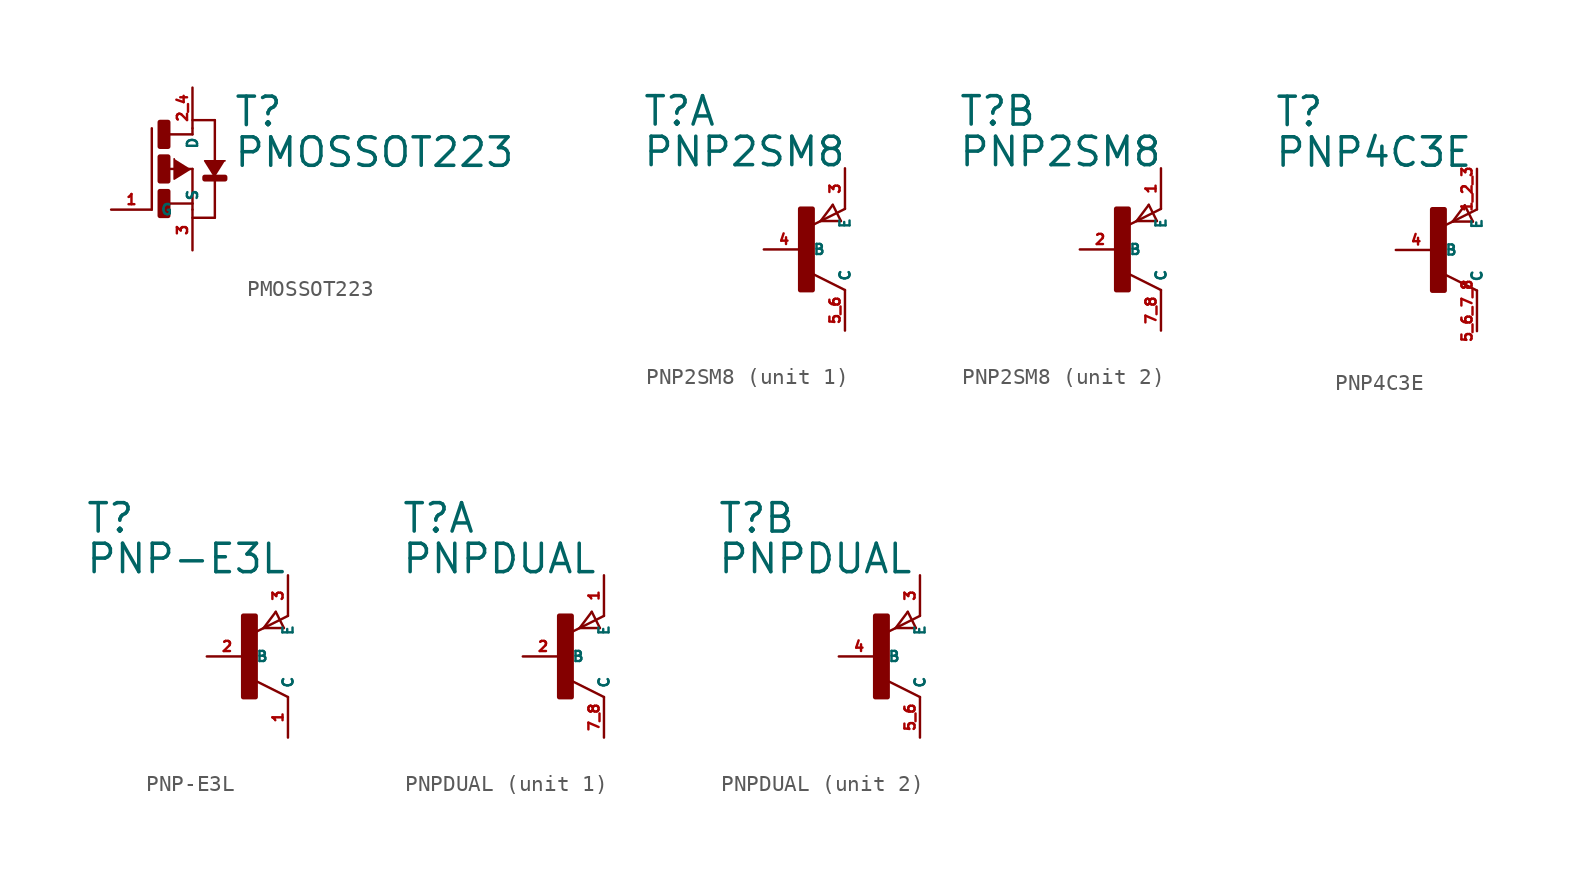
<source format=kicad_sym>
(kicad_symbol_lib
  (version 20220914)
  (generator Eagle2Kicad)
  (symbol "PMOSSOT223"
    (property "Reference" "T"
      (at 2.54 2.54 0)
      (effects (font (size 1.778 1.778) (thickness 0.22)) (justify left bottom)))
    (property "Value" "PMOSSOT223"
      (at 2.54 0 0)
      (effects (font (size 1.778 1.778) (thickness 0.22)) (justify left bottom)))
    (polyline
      (pts (xy -0.127 0) (xy -1.143 -0.635) (xy -1.143 0.635))
      (stroke (width 0.102) (type default))
      (fill (type outline)))
    (polyline
      (pts (xy 1.397 -0.508) (xy 0.762 0.508) (xy 2.032 0.508))
      (stroke (width 0.102) (type default))
      (fill (type outline)))
    (polyline
      (pts (xy -1.651 0) (xy 0 0))
      (stroke (width 0.152) (type default))
      (fill (type none)))
    (polyline
      (pts (xy -1.524 -2.159) (xy 0 -2.159))
      (stroke (width 0.152) (type default))
      (fill (type none)))
    (polyline
      (pts (xy -2.54 -2.54) (xy -2.54 2.54))
      (stroke (width 0.152) (type default))
      (fill (type none)))
    (polyline
      (pts (xy 0 0) (xy 0 -2.159))
      (stroke (width 0.152) (type default))
      (fill (type none)))
    (polyline
      (pts (xy 1.397 -0.508) (xy 1.397 -3.048))
      (stroke (width 0.152) (type default))
      (fill (type none)))
    (polyline
      (pts (xy 1.397 -3.048) (xy 0 -3.048))
      (stroke (width 0.152) (type default))
      (fill (type none)))
    (polyline
      (pts (xy -1.524 2.159) (xy 0 2.159))
      (stroke (width 0.152) (type default))
      (fill (type none)))
    (polyline
      (pts (xy 0 2.159) (xy 0 2.54))
      (stroke (width 0.152) (type default))
      (fill (type none)))
    (polyline
      (pts (xy 0 3.048) (xy 1.397 3.048))
      (stroke (width 0.152) (type default))
      (fill (type none)))
    (polyline
      (pts (xy 1.397 3.048) (xy 1.397 0.381))
      (stroke (width 0.152) (type default))
      (fill (type none)))
    (polyline
      (pts (xy 0 -2.159) (xy 0 -2.54))
      (stroke (width 0.152) (type default))
      (fill (type none)))
    (rectangle
      (start -2.032 1.397)
      (end -1.524 2.921)
      (stroke (width 0.3) (type default))
      (fill (type outline)))
    (rectangle
      (start -2.032 -0.762)
      (end -1.524 0.762)
      (stroke (width 0.3) (type default))
      (fill (type outline)))
    (rectangle
      (start -2.032 -2.921)
      (end -1.524 -1.397)
      (stroke (width 0.3) (type default))
      (fill (type outline)))
    (rectangle
      (start 0.762 -0.635)
      (end 2.032 -0.508)
      (stroke (width 0.3) (type default))
      (fill (type outline)))
    (pin passive line
      (at 0 5.08 270)
      (length 2.54)
      (name "D" (effects (font (size 0.635 0.635) (thickness 0.08)) (justify left bottom)))
      (number "2 4" (effects (font (size 0.635 0.635) (thickness 0.08)) (justify left bottom))))
    (pin passive line
      (at 0 -5.08 90)
      (length 2.54)
      (name "S" (effects (font (size 0.635 0.635) (thickness 0.08)) (justify left bottom)))
      (number "3" (effects (font (size 0.635 0.635) (thickness 0.08)) (justify left bottom))))
    (pin passive line
      (at -5.08 -2.54 0)
      (length 2.54)
      (name "G" (effects (font (size 0.635 0.635) (thickness 0.08)) (justify left bottom)))
      (number "1" (effects (font (size 0.635 0.635) (thickness 0.08)) (justify left bottom)))))
  (symbol "PNP2SM8"
    (property "Reference" "T"
      (at -10.16 7.62 0)
      (effects (font (size 1.778 1.778) (thickness 0.22)) (justify left bottom)))
    (property "Value" "PNP2SM8"
      (at -10.16 5.08 0)
      (effects (font (size 1.778 1.778) (thickness 0.22)) (justify left bottom)))
    (symbol "PNP2SM8_1_0"
      (polyline (pts (xy 2.286 1.778) (xy 1.778 2.794)) (stroke (width 0.152) (type default)) (fill (type none)))
      (polyline (pts (xy 1.778 2.794) (xy 1.016 1.778)) (stroke (width 0.152) (type default)) (fill (type none)))
      (polyline (pts (xy 1.016 1.778) (xy 2.286 1.778)) (stroke (width 0.152) (type default)) (fill (type none)))
      (polyline (pts (xy 2.54 2.54) (xy 0.508 1.524)) (stroke (width 0.152) (type default)) (fill (type none)))
      (polyline (pts (xy 2.54 -2.54) (xy 0.508 -1.524)) (stroke (width 0.152) (type default)) (fill (type none)))
      (rectangle (start -0.254 -2.54) (end 0.508 2.54) (stroke (width 0.3) (type default)) (fill (type outline)))
      (pin passive line (at -2.54 0 0) (length 2.54) (name "B" (effects (font (size 0.635 0.635) (thickness 0.08)) (justify left bottom))) (number "4" (effects (font (size 0.635 0.635) (thickness 0.08)) (justify left bottom))))
      (pin passive line (at 2.54 5.08 270) (length 2.54) (name "E" (effects (font (size 0.635 0.635) (thickness 0.08)) (justify left bottom))) (number "3" (effects (font (size 0.635 0.635) (thickness 0.08)) (justify left bottom))))
      (pin passive line (at 2.54 -5.08 90) (length 2.54) (name "C" (effects (font (size 0.635 0.635) (thickness 0.08)) (justify left bottom))) (number "5 6" (effects (font (size 0.635 0.635) (thickness 0.08)) (justify left bottom)))))
    (symbol "PNP2SM8_2_0"
      (polyline (pts (xy 2.286 1.778) (xy 1.778 2.794)) (stroke (width 0.152) (type default)) (fill (type none)))
      (polyline (pts (xy 1.778 2.794) (xy 1.016 1.778)) (stroke (width 0.152) (type default)) (fill (type none)))
      (polyline (pts (xy 1.016 1.778) (xy 2.286 1.778)) (stroke (width 0.152) (type default)) (fill (type none)))
      (polyline (pts (xy 2.54 2.54) (xy 0.508 1.524)) (stroke (width 0.152) (type default)) (fill (type none)))
      (polyline (pts (xy 2.54 -2.54) (xy 0.508 -1.524)) (stroke (width 0.152) (type default)) (fill (type none)))
      (rectangle (start -0.254 -2.54) (end 0.508 2.54) (stroke (width 0.3) (type default)) (fill (type outline)))
      (pin passive line (at -2.54 0 0) (length 2.54) (name "B" (effects (font (size 0.635 0.635) (thickness 0.08)) (justify left bottom))) (number "2" (effects (font (size 0.635 0.635) (thickness 0.08)) (justify left bottom))))
      (pin passive line (at 2.54 5.08 270) (length 2.54) (name "E" (effects (font (size 0.635 0.635) (thickness 0.08)) (justify left bottom))) (number "1" (effects (font (size 0.635 0.635) (thickness 0.08)) (justify left bottom))))
      (pin passive line (at 2.54 -5.08 90) (length 2.54) (name "C" (effects (font (size 0.635 0.635) (thickness 0.08)) (justify left bottom))) (number "7 8" (effects (font (size 0.635 0.635) (thickness 0.08)) (justify left bottom))))))
  (symbol "PNP4C3E"
    (property "Reference" "T"
      (at -10.16 7.62 0)
      (effects (font (size 1.778 1.778) (thickness 0.22)) (justify left bottom)))
    (property "Value" "PNP4C3E"
      (at -10.16 5.08 0)
      (effects (font (size 1.778 1.778) (thickness 0.22)) (justify left bottom)))
    (polyline
      (pts (xy 2.286 1.778) (xy 1.778 2.794))
      (stroke (width 0.152) (type default))
      (fill (type none)))
    (polyline
      (pts (xy 1.778 2.794) (xy 1.016 1.778))
      (stroke (width 0.152) (type default))
      (fill (type none)))
    (polyline
      (pts (xy 1.016 1.778) (xy 2.286 1.778))
      (stroke (width 0.152) (type default))
      (fill (type none)))
    (polyline
      (pts (xy 2.54 2.54) (xy 0.508 1.524))
      (stroke (width 0.152) (type default))
      (fill (type none)))
    (polyline
      (pts (xy 2.54 -2.54) (xy 0.508 -1.524))
      (stroke (width 0.152) (type default))
      (fill (type none)))
    (rectangle
      (start -0.254 -2.54)
      (end 0.508 2.54)
      (stroke (width 0.3) (type default))
      (fill (type outline)))
    (pin passive line
      (at -2.54 0 0)
      (length 2.54)
      (name "B" (effects (font (size 0.635 0.635) (thickness 0.08)) (justify left bottom)))
      (number "4" (effects (font (size 0.635 0.635) (thickness 0.08)) (justify left bottom))))
    (pin passive line
      (at 2.54 5.08 270)
      (length 2.54)
      (name "E" (effects (font (size 0.635 0.635) (thickness 0.08)) (justify left bottom)))
      (number "1 2 3" (effects (font (size 0.635 0.635) (thickness 0.08)) (justify left bottom))))
    (pin passive line
      (at 2.54 -5.08 90)
      (length 2.54)
      (name "C" (effects (font (size 0.635 0.635) (thickness 0.08)) (justify left bottom)))
      (number "5 6 7 8" (effects (font (size 0.635 0.635) (thickness 0.08)) (justify left bottom)))))
  (symbol "PNP-E3L"
    (property "Reference" "T"
      (at -10.16 7.62 0)
      (effects (font (size 1.778 1.778) (thickness 0.22)) (justify left bottom)))
    (property "Value" "PNP-E3L"
      (at -10.16 5.08 0)
      (effects (font (size 1.778 1.778) (thickness 0.22)) (justify left bottom)))
    (polyline
      (pts (xy 2.286 1.778) (xy 1.778 2.794))
      (stroke (width 0.152) (type default))
      (fill (type none)))
    (polyline
      (pts (xy 1.778 2.794) (xy 1.016 1.778))
      (stroke (width 0.152) (type default))
      (fill (type none)))
    (polyline
      (pts (xy 1.016 1.778) (xy 2.286 1.778))
      (stroke (width 0.152) (type default))
      (fill (type none)))
    (polyline
      (pts (xy 2.54 2.54) (xy 0.508 1.524))
      (stroke (width 0.152) (type default))
      (fill (type none)))
    (polyline
      (pts (xy 2.54 -2.54) (xy 0.508 -1.524))
      (stroke (width 0.152) (type default))
      (fill (type none)))
    (rectangle
      (start -0.254 -2.54)
      (end 0.508 2.54)
      (stroke (width 0.3) (type default))
      (fill (type outline)))
    (pin passive line
      (at -2.54 0 0)
      (length 2.54)
      (name "B" (effects (font (size 0.635 0.635) (thickness 0.08)) (justify left bottom)))
      (number "2" (effects (font (size 0.635 0.635) (thickness 0.08)) (justify left bottom))))
    (pin passive line
      (at 2.54 5.08 270)
      (length 2.54)
      (name "E" (effects (font (size 0.635 0.635) (thickness 0.08)) (justify left bottom)))
      (number "3" (effects (font (size 0.635 0.635) (thickness 0.08)) (justify left bottom))))
    (pin passive line
      (at 2.54 -5.08 90)
      (length 2.54)
      (name "C" (effects (font (size 0.635 0.635) (thickness 0.08)) (justify left bottom)))
      (number "1" (effects (font (size 0.635 0.635) (thickness 0.08)) (justify left bottom)))))
  (symbol "PNPDUAL"
    (property "Reference" "T"
      (at -10.16 7.62 0)
      (effects (font (size 1.778 1.778) (thickness 0.22)) (justify left bottom)))
    (property "Value" "PNPDUAL"
      (at -10.16 5.08 0)
      (effects (font (size 1.778 1.778) (thickness 0.22)) (justify left bottom)))
    (symbol "PNPDUAL_1_0"
      (polyline (pts (xy 2.286 1.778) (xy 1.778 2.794)) (stroke (width 0.152) (type default)) (fill (type none)))
      (polyline (pts (xy 1.778 2.794) (xy 1.016 1.778)) (stroke (width 0.152) (type default)) (fill (type none)))
      (polyline (pts (xy 1.016 1.778) (xy 2.286 1.778)) (stroke (width 0.152) (type default)) (fill (type none)))
      (polyline (pts (xy 2.54 2.54) (xy 0.508 1.524)) (stroke (width 0.152) (type default)) (fill (type none)))
      (polyline (pts (xy 2.54 -2.54) (xy 0.508 -1.524)) (stroke (width 0.152) (type default)) (fill (type none)))
      (rectangle (start -0.254 -2.54) (end 0.508 2.54) (stroke (width 0.3) (type default)) (fill (type outline)))
      (pin passive line (at -2.54 0 0) (length 2.54) (name "B" (effects (font (size 0.635 0.635) (thickness 0.08)) (justify left bottom))) (number "2" (effects (font (size 0.635 0.635) (thickness 0.08)) (justify left bottom))))
      (pin passive line (at 2.54 5.08 270) (length 2.54) (name "E" (effects (font (size 0.635 0.635) (thickness 0.08)) (justify left bottom))) (number "1" (effects (font (size 0.635 0.635) (thickness 0.08)) (justify left bottom))))
      (pin passive line (at 2.54 -5.08 90) (length 2.54) (name "C" (effects (font (size 0.635 0.635) (thickness 0.08)) (justify left bottom))) (number "7 8" (effects (font (size 0.635 0.635) (thickness 0.08)) (justify left bottom)))))
    (symbol "PNPDUAL_2_0"
      (polyline (pts (xy 2.286 1.778) (xy 1.778 2.794)) (stroke (width 0.152) (type default)) (fill (type none)))
      (polyline (pts (xy 1.778 2.794) (xy 1.016 1.778)) (stroke (width 0.152) (type default)) (fill (type none)))
      (polyline (pts (xy 1.016 1.778) (xy 2.286 1.778)) (stroke (width 0.152) (type default)) (fill (type none)))
      (polyline (pts (xy 2.54 2.54) (xy 0.508 1.524)) (stroke (width 0.152) (type default)) (fill (type none)))
      (polyline (pts (xy 2.54 -2.54) (xy 0.508 -1.524)) (stroke (width 0.152) (type default)) (fill (type none)))
      (rectangle (start -0.254 -2.54) (end 0.508 2.54) (stroke (width 0.3) (type default)) (fill (type outline)))
      (pin passive line (at -2.54 0 0) (length 2.54) (name "B" (effects (font (size 0.635 0.635) (thickness 0.08)) (justify left bottom))) (number "4" (effects (font (size 0.635 0.635) (thickness 0.08)) (justify left bottom))))
      (pin passive line (at 2.54 5.08 270) (length 2.54) (name "E" (effects (font (size 0.635 0.635) (thickness 0.08)) (justify left bottom))) (number "3" (effects (font (size 0.635 0.635) (thickness 0.08)) (justify left bottom))))
      (pin passive line (at 2.54 -5.08 90) (length 2.54) (name "C" (effects (font (size 0.635 0.635) (thickness 0.08)) (justify left bottom))) (number "5 6" (effects (font (size 0.635 0.635) (thickness 0.08)) (justify left bottom)))))))
</source>
